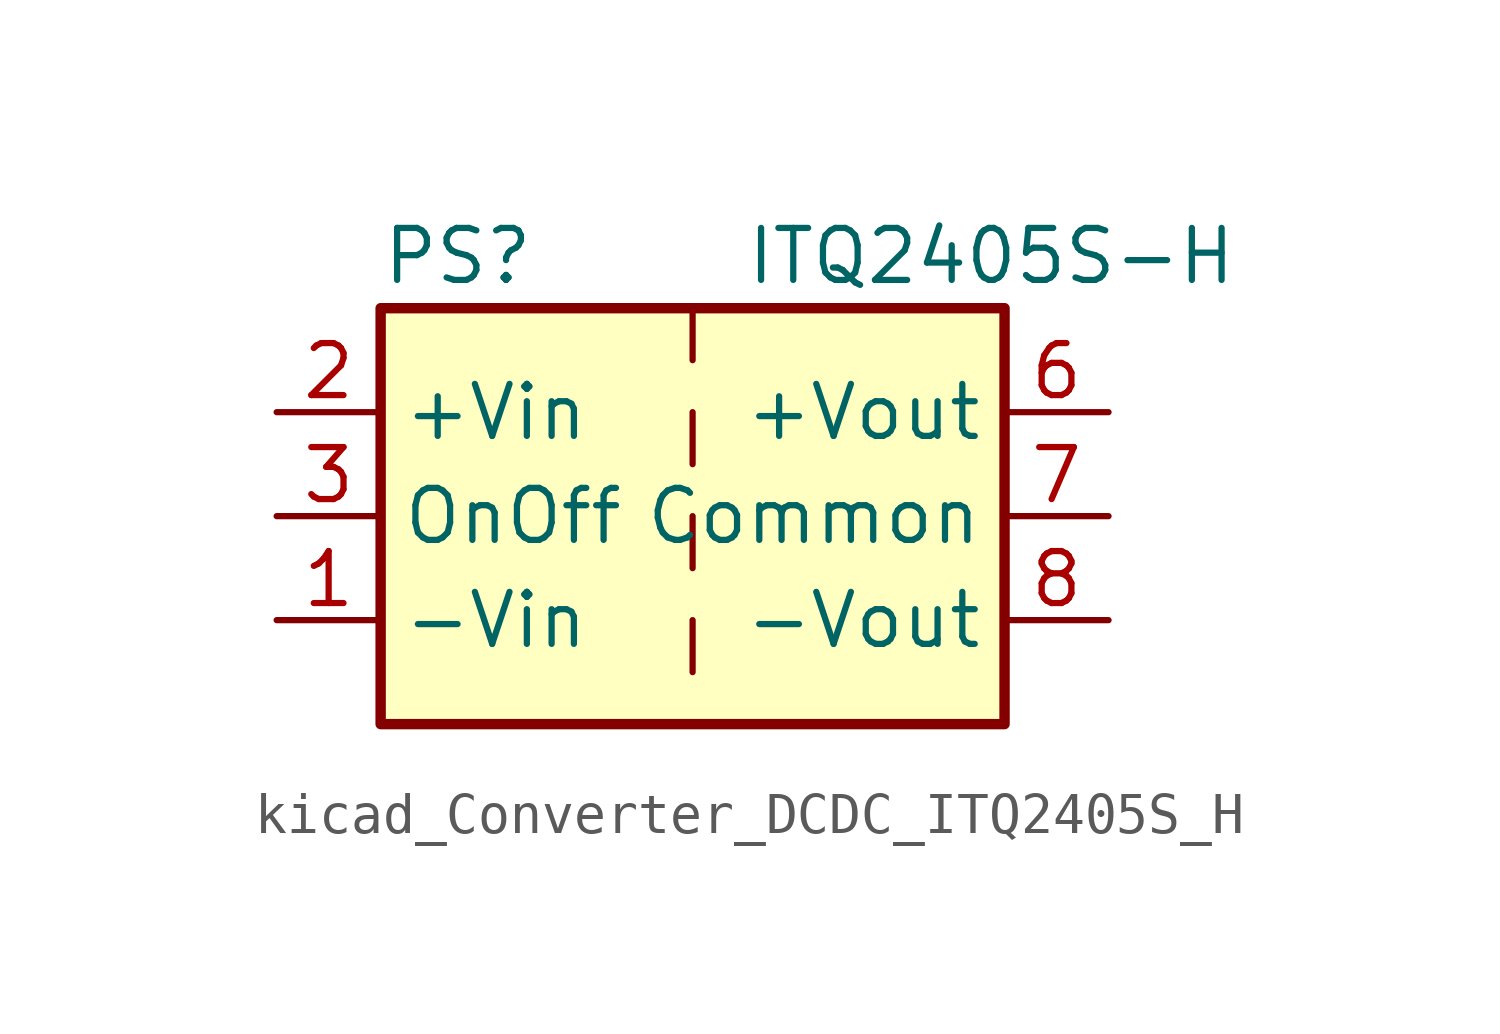
<source format=kicad_sym>
(kicad_symbol_lib
  (version 20220914)
  (generator kicad_symbol_editor)
  (symbol "kicad_Converter_DCDC_ITQ2405S_H"
    (property "Reference" "PS"
      (at -7.62 6.35 0)
      (effects (font (size 1.27 1.27)) (justify left)))
    (property "Value" "ITQ2405S-H"
      (at 1.27 6.35 0)
      (effects (font (size 1.27 1.27)) (justify left)))
    (symbol "kicad_Converter_DCDC_ITQ2405S_H_0_0"
      (pin power_in line (at -10.16 -2.54 0) (length 2.54) (name "-Vin" (effects (font (size 1.27 1.27)))) (number "1" (effects (font (size 1.27 1.27)))))
      (pin power_in line (at -10.16 2.54 0) (length 2.54) (name "+Vin" (effects (font (size 1.27 1.27)))) (number "2" (effects (font (size 1.27 1.27)))))
      (pin input line (at -10.16 0 0) (length 2.54) (name "OnOff" (effects (font (size 1.27 1.27)))) (number "3" (effects (font (size 1.27 1.27)))))
      (pin power_out line (at 10.16 2.54 180) (length 2.54) (name "+Vout" (effects (font (size 1.27 1.27)))) (number "6" (effects (font (size 1.27 1.27)))))
      (pin power_out line (at 10.16 0 180) (length 2.54) (name "Common" (effects (font (size 1.27 1.27)))) (number "7" (effects (font (size 1.27 1.27)))))
      (pin power_out line (at 10.16 -2.54 180) (length 2.54) (name "-Vout" (effects (font (size 1.27 1.27)))) (number "8" (effects (font (size 1.27 1.27))))))
    (symbol "kicad_Converter_DCDC_ITQ2405S_H_0_1"
      (rectangle (start -7.62 5.08) (end 7.62 -5.08) (stroke (width 0.254) (type default)) (fill (type background)))
      (polyline (pts (xy 0 -2.54) (xy 0 -3.81)) (stroke (width 0) (type default)) (fill (type none)))
      (polyline (pts (xy 0 0) (xy 0 -1.27)) (stroke (width 0) (type default)) (fill (type none)))
      (polyline (pts (xy 0 2.54) (xy 0 1.27)) (stroke (width 0) (type default)) (fill (type none)))
      (polyline (pts (xy 0 5.08) (xy 0 3.81)) (stroke (width 0) (type default)) (fill (type none))))))
</source>
